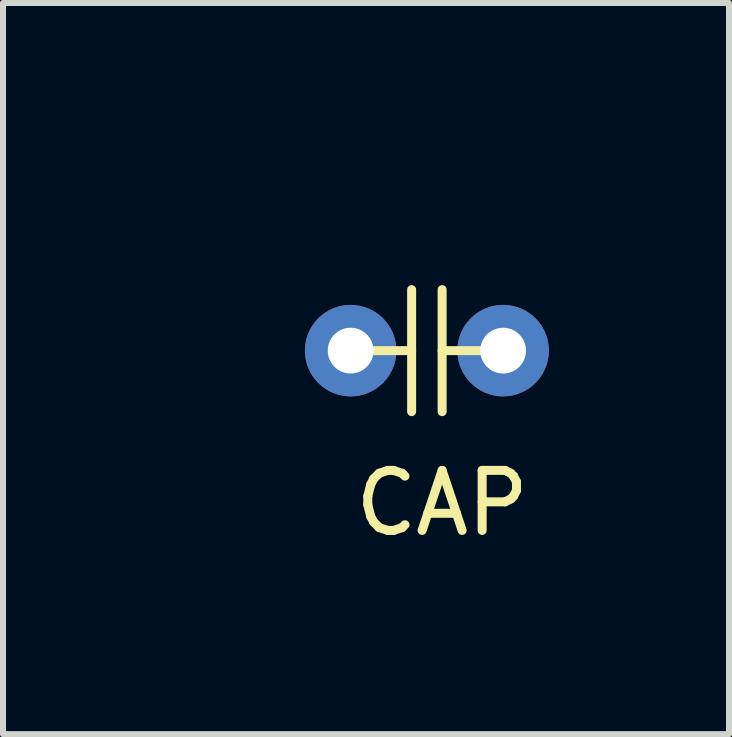
<source format=kicad_pcb>
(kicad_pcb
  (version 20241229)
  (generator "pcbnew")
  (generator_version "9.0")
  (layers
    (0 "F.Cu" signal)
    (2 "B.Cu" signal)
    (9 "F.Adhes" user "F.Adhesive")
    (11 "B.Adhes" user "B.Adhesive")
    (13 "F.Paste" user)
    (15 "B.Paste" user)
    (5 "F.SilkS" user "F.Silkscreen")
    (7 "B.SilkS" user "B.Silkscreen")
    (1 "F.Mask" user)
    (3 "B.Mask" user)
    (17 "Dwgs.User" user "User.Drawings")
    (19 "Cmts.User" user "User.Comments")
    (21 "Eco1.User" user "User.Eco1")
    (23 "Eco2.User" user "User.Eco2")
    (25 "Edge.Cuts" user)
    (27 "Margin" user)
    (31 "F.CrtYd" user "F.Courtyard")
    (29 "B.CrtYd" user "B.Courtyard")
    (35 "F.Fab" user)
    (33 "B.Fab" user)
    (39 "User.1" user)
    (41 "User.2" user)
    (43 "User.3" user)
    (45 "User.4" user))
  (footprint "CAP"
    (layer "F.Cu")
    (at 0.25 0.25)
    (property "Reference" "CAP" (at 4.064 5.08 0) (layer "F.SilkS") (effects (font (size 1 1) (thickness 0.15))))
    (attr through_hole)
    (fp_line (start 2.54 2.54) (end 3.556 2.54) (stroke (width 0.15) (type solid)) (layer "F.SilkS"))
    (fp_line (start 3.556 1.524) (end 3.556 3.556) (stroke (width 0.15) (type solid)) (layer "F.SilkS"))
    (fp_line (start 4.064 2.54) (end 5.08 2.54) (stroke (width 0.15) (type solid)) (layer "F.SilkS"))
    (fp_line (start 4.064 3.556) (end 4.064 1.524) (stroke (width 0.15) (type solid)) (layer "F.SilkS"))
    (pad "1" thru_hole circle (at 2.54 2.54) (size 1.524 1.524) (drill 0.762) (layers "*.Cu" "*.Mask"))
    (pad "2" thru_hole circle (at 5.08 2.54) (size 1.524 1.524) (drill 0.762) (layers "*.Cu" "*.Mask")))
  (gr_rect
    (start -3 -3)
    (end 9.092 9.178)
    (stroke (width 0.1) (type default))
    (fill no)
    (layer "Edge.Cuts")))
</source>
